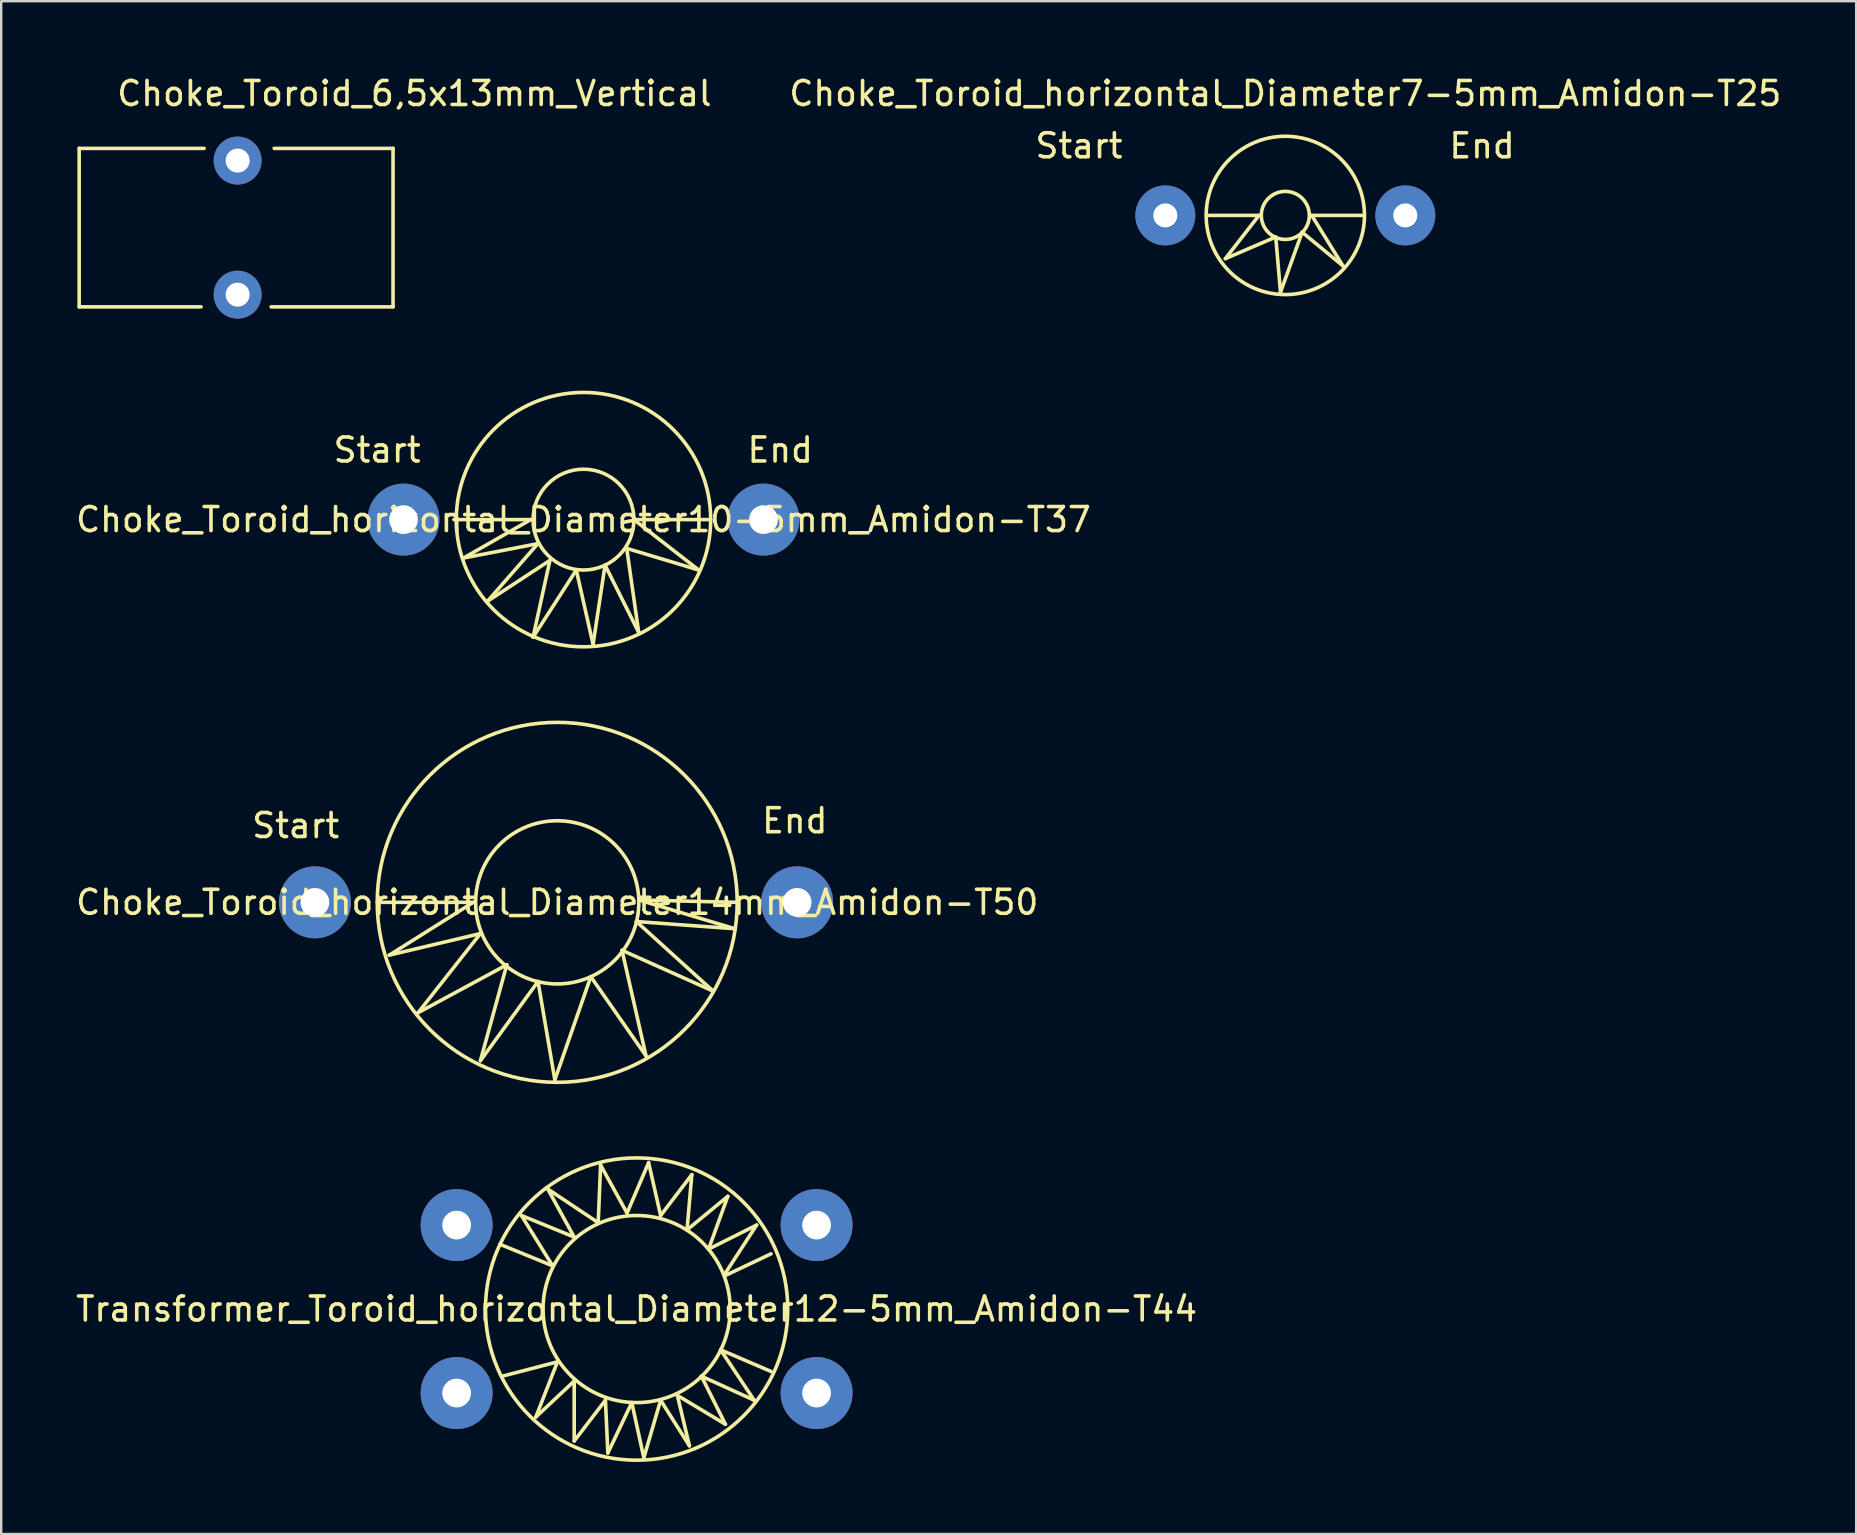
<source format=kicad_pcb>
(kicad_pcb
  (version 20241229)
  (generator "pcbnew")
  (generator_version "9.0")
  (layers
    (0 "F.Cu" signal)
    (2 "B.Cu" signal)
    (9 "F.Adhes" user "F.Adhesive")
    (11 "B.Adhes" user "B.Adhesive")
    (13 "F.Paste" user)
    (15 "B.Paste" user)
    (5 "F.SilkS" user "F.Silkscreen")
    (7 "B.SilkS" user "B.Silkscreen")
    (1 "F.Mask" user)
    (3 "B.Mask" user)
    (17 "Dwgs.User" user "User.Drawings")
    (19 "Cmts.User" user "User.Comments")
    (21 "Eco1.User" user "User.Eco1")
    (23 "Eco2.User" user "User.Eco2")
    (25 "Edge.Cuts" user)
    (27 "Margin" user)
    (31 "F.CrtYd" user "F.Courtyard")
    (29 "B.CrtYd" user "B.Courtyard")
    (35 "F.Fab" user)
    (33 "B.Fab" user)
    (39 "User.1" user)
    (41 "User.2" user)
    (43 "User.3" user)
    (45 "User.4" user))
  (footprint "Choke_Toroid_horizontal_Diameter14mm_Amidon-T50"
    (layer "F.Cu")
    (at 20.173 34.557)
    (property "Reference" "Choke_Toroid_horizontal_Diameter14mm_Amidon-T50" (at 0 0 0) (layer "F.SilkS") (effects (font (size 1 1) (thickness 0.15))))
    (attr through_hole)
    (fp_line (start -7.501 0) (end -3.5 0) (stroke (width 0.15) (type solid)) (layer "F.SilkS"))
    (fp_line (start -7 2.2) (end -3.2 1.3) (stroke (width 0.15) (type solid)) (layer "F.SilkS"))
    (fp_line (start -5.799 4.6) (end -2.101 2.601) (stroke (width 0.15) (type solid)) (layer "F.SilkS"))
    (fp_line (start -3.5 0) (end -7 2.2) (stroke (width 0.15) (type solid)) (layer "F.SilkS"))
    (fp_line (start -3.2 1.3) (end -5.799 4.6) (stroke (width 0.15) (type solid)) (layer "F.SilkS"))
    (fp_line (start -3.2 6.599) (end -0.8 3.299) (stroke (width 0.15) (type solid)) (layer "F.SilkS"))
    (fp_line (start -2.101 2.601) (end -3.2 6.599) (stroke (width 0.15) (type solid)) (layer "F.SilkS"))
    (fp_line (start -0.8 3.299) (end -0.099 7.399) (stroke (width 0.15) (type solid)) (layer "F.SilkS"))
    (fp_line (start -0.099 7.399) (end 1.4 3.099) (stroke (width 0.15) (type solid)) (layer "F.SilkS"))
    (fp_line (start 1.4 3.099) (end 3.701 6.401) (stroke (width 0.15) (type solid)) (layer "F.SilkS"))
    (fp_line (start 2.7 1.999) (end 6.5 3.701) (stroke (width 0.15) (type solid)) (layer "F.SilkS"))
    (fp_line (start 3.299 0.8) (end 7.399 1.1) (stroke (width 0.15) (type solid)) (layer "F.SilkS"))
    (fp_line (start 3.401 -0.099) (end 7.501 0) (stroke (width 0.15) (type solid)) (layer "F.SilkS"))
    (fp_line (start 3.701 6.401) (end 2.7 1.999) (stroke (width 0.15) (type solid)) (layer "F.SilkS"))
    (fp_line (start 6.5 3.701) (end 3.299 0.8) (stroke (width 0.15) (type solid)) (layer "F.SilkS"))
    (fp_line (start 7.399 1.1) (end 3.401 -0.099) (stroke (width 0.15) (type solid)) (layer "F.SilkS"))
    (fp_circle (center 0 0) (end 3.401 0) (stroke (width 0.15) (type solid)) (fill no) (layer "F.SilkS"))
    (fp_circle (center 0 0) (end 7.501 0) (stroke (width 0.15) (type solid)) (fill no) (layer "F.SilkS"))
    (fp_text user "End" (at 9.901 -3.401 0) (layer "F.SilkS") (effects (font (size 1 1) (thickness 0.15))))
    (fp_text user "Start" (at -10.899 -3.2 0) (layer "F.SilkS") (effects (font (size 1 1) (thickness 0.15))))
    (pad "1" thru_hole circle (at -10.099 0) (size 3 3) (drill 1.199) (layers "*.Cu" "*.Mask"))
    (pad "2" thru_hole circle (at 10 0) (size 3 3) (drill 1.199) (layers "*.Cu" "*.Mask")))
  (footprint "Choke_Toroid_horizontal_Diameter7-5mm_Amidon-T25"
    (layer "F.Cu")
    (at 50.518 5.928)
    (property "Reference" "Choke_Toroid_horizontal_Diameter7-5mm_Amidon-T25" (at 0 -5.08 0) (layer "F.SilkS") (effects (font (size 1 1) (thickness 0.15))))
    (attr through_hole)
    (fp_line (start -3.2 0) (end -1.1 0) (stroke (width 0.15) (type solid)) (layer "F.SilkS"))
    (fp_line (start -2.499 1.801) (end -0.399 0.899) (stroke (width 0.15) (type solid)) (layer "F.SilkS"))
    (fp_line (start -1.1 0) (end -2.499 1.801) (stroke (width 0.15) (type solid)) (layer "F.SilkS"))
    (fp_line (start -0.399 0.899) (end -0.201 3.2) (stroke (width 0.15) (type solid)) (layer "F.SilkS"))
    (fp_line (start -0.201 3.2) (end 0.701 0.701) (stroke (width 0.15) (type solid)) (layer "F.SilkS"))
    (fp_line (start 0.701 0.701) (end 2.4 2.101) (stroke (width 0.15) (type solid)) (layer "F.SilkS"))
    (fp_line (start 1.1 0) (end 3.2 0) (stroke (width 0.15) (type solid)) (layer "F.SilkS"))
    (fp_line (start 2.4 2.101) (end 1.1 0) (stroke (width 0.15) (type solid)) (layer "F.SilkS"))
    (fp_circle (center 0 0) (end 1.001 0) (stroke (width 0.15) (type solid)) (fill no) (layer "F.SilkS"))
    (fp_circle (center 0 0) (end 3.299 0) (stroke (width 0.15) (type solid)) (fill no) (layer "F.SilkS"))
    (fp_text user "End" (at 8.199 -2.901 0) (layer "F.SilkS") (effects (font (size 1 1) (thickness 0.15))))
    (fp_text user "Start" (at -8.6 -2.901 0) (layer "F.SilkS") (effects (font (size 1 1) (thickness 0.15))))
    (pad "1" thru_hole circle (at -5.001 0) (size 2.499 2.499) (drill 1.001) (layers "*.Cu" "*.Mask"))
    (pad "2" thru_hole circle (at 5.001 0) (size 2.499 2.499) (drill 1.001) (layers "*.Cu" "*.Mask")))
  (footprint "Choke_Toroid_horizontal_Diameter10-5mm_Amidon-T37"
    (layer "F.Cu")
    (at 21.268 18.606)
    (property "Reference" "Choke_Toroid_horizontal_Diameter10-5mm_Amidon-T37" (at 0 0 0) (layer "F.SilkS") (effects (font (size 1 1) (thickness 0.15))))
    (attr through_hole)
    (fp_line (start -5.4 0) (end -2.2 0) (stroke (width 0.15) (type solid)) (layer "F.SilkS"))
    (fp_line (start -5.001 1.6) (end -1.9 1.001) (stroke (width 0.15) (type solid)) (layer "F.SilkS"))
    (fp_line (start -4 3.401) (end -1.4 1.699) (stroke (width 0.15) (type solid)) (layer "F.SilkS"))
    (fp_line (start -2.2 0) (end -5.001 1.6) (stroke (width 0.15) (type solid)) (layer "F.SilkS"))
    (fp_line (start -2.101 4.9) (end -0.3 2.101) (stroke (width 0.15) (type solid)) (layer "F.SilkS"))
    (fp_line (start -1.9 1.001) (end -4 3.401) (stroke (width 0.15) (type solid)) (layer "F.SilkS"))
    (fp_line (start -1.4 1.699) (end -2.101 4.9) (stroke (width 0.15) (type solid)) (layer "F.SilkS"))
    (fp_line (start -0.3 2.101) (end 0.399 5.199) (stroke (width 0.15) (type solid)) (layer "F.SilkS"))
    (fp_line (start 0.399 5.199) (end 0.899 1.9) (stroke (width 0.15) (type solid)) (layer "F.SilkS"))
    (fp_line (start 0.899 1.9) (end 2.301 4.699) (stroke (width 0.15) (type solid)) (layer "F.SilkS"))
    (fp_line (start 1.801 1.199) (end 4.801 2.101) (stroke (width 0.15) (type solid)) (layer "F.SilkS"))
    (fp_line (start 2.101 0) (end 5.301 0) (stroke (width 0.15) (type solid)) (layer "F.SilkS"))
    (fp_line (start 2.301 4.699) (end 1.801 1.199) (stroke (width 0.15) (type solid)) (layer "F.SilkS"))
    (fp_line (start 4.801 2.101) (end 2.101 0) (stroke (width 0.15) (type solid)) (layer "F.SilkS"))
    (fp_circle (center 0 0) (end 2.101 0) (stroke (width 0.15) (type solid)) (fill no) (layer "F.SilkS"))
    (fp_circle (center 0 0) (end 5.301 0) (stroke (width 0.15) (type solid)) (fill no) (layer "F.SilkS"))
    (fp_text user "Start" (at -8.6 -2.901 0) (layer "F.SilkS") (effects (font (size 1 1) (thickness 0.15))))
    (fp_text user "End" (at 8.199 -2.901 0) (layer "F.SilkS") (effects (font (size 1 1) (thickness 0.15))))
    (pad "1" thru_hole circle (at -7.501 0) (size 3 3) (drill 1.199) (layers "*.Cu" "*.Mask"))
    (pad "2" thru_hole circle (at 7.501 0) (size 3 3) (drill 1.199) (layers "*.Cu" "*.Mask")))
  (footprint "Choke_Toroid_6,5x13mm_Vertical"
    (layer "F.Cu")
    (at 0.25 9.738)
    (property "Reference" "Choke_Toroid_6,5x13mm_Vertical" (at 13.97 -8.89 0) (layer "F.SilkS") (effects (font (size 1 1) (thickness 0.15))))
    (attr through_hole)
    (fp_line (start 0 -6.604) (end 0 0) (stroke (width 0.15) (type solid)) (layer "F.SilkS"))
    (fp_line (start 0 -6.604) (end 5.207 -6.604) (stroke (width 0.15) (type solid)) (layer "F.SilkS"))
    (fp_line (start 0 0) (end 5.08 0) (stroke (width 0.15) (type solid)) (layer "F.SilkS"))
    (fp_line (start 13.081 -6.604) (end 8.128 -6.604) (stroke (width 0.15) (type solid)) (layer "F.SilkS"))
    (fp_line (start 13.081 0) (end 8.001 0) (stroke (width 0.15) (type solid)) (layer "F.SilkS"))
    (fp_line (start 13.081 0) (end 13.081 -6.604) (stroke (width 0.15) (type solid)) (layer "F.SilkS"))
    (pad "1" thru_hole circle (at 6.604 -0.508) (size 1.999 1.999) (drill 1.001) (layers "*.Cu" "*.Mask"))
    (pad "2" thru_hole circle (at 6.604 -6.096) (size 1.999 1.999) (drill 1.001) (layers "*.Cu" "*.Mask")))
  (footprint "Transformer_Toroid_horizontal_Diameter12-5mm_Amidon-T44"
    (layer "F.Cu")
    (at 23.482 51.507)
    (property "Reference" "Transformer_Toroid_horizontal_Diameter12-5mm_Amidon-T44" (at 0 0 0) (layer "F.SilkS") (effects (font (size 1 1) (thickness 0.15))))
    (attr through_hole)
    (fp_line (start -5.7 -2.7) (end -3.5 -1.801) (stroke (width 0.15) (type solid)) (layer "F.SilkS"))
    (fp_line (start -5.601 2.799) (end -3.299 2.2) (stroke (width 0.15) (type solid)) (layer "F.SilkS"))
    (fp_line (start -4.801 -3.899) (end -2.601 -3) (stroke (width 0.15) (type solid)) (layer "F.SilkS"))
    (fp_line (start -4.201 4.501) (end -2.601 3) (stroke (width 0.15) (type solid)) (layer "F.SilkS"))
    (fp_line (start -3.701 -5.001) (end -1.6 -3.599) (stroke (width 0.15) (type solid)) (layer "F.SilkS"))
    (fp_line (start -3.5 -1.801) (end -4.801 -3.899) (stroke (width 0.15) (type solid)) (layer "F.SilkS"))
    (fp_line (start -3.299 2.2) (end -4.201 4.501) (stroke (width 0.15) (type solid)) (layer "F.SilkS"))
    (fp_line (start -2.601 -3) (end -3.701 -5.001) (stroke (width 0.15) (type solid)) (layer "F.SilkS"))
    (fp_line (start -2.601 3) (end -2.601 5.499) (stroke (width 0.15) (type solid)) (layer "F.SilkS"))
    (fp_line (start -2.601 5.499) (end -1.3 3.8) (stroke (width 0.15) (type solid)) (layer "F.SilkS"))
    (fp_line (start -1.6 -3.599) (end -1.501 -5.999) (stroke (width 0.15) (type solid)) (layer "F.SilkS"))
    (fp_line (start -1.501 -5.999) (end -0.399 -4) (stroke (width 0.15) (type solid)) (layer "F.SilkS"))
    (fp_line (start -1.3 3.8) (end -1.199 5.999) (stroke (width 0.15) (type solid)) (layer "F.SilkS"))
    (fp_line (start -1.199 5.999) (end -0.201 3.899) (stroke (width 0.15) (type solid)) (layer "F.SilkS"))
    (fp_line (start -0.399 -4) (end 0.5 -6.101) (stroke (width 0.15) (type solid)) (layer "F.SilkS"))
    (fp_line (start -0.201 3.899) (end 0.3 6.2) (stroke (width 0.15) (type solid)) (layer "F.SilkS"))
    (fp_line (start 0.3 6.2) (end 1.001 3.8) (stroke (width 0.15) (type solid)) (layer "F.SilkS"))
    (fp_line (start 0.5 -6.101) (end 1.001 -3.899) (stroke (width 0.15) (type solid)) (layer "F.SilkS"))
    (fp_line (start 1.001 -3.899) (end 2.301 -5.601) (stroke (width 0.15) (type solid)) (layer "F.SilkS"))
    (fp_line (start 1.001 3.8) (end 2.2 5.7) (stroke (width 0.15) (type solid)) (layer "F.SilkS"))
    (fp_line (start 1.699 3.599) (end 3.701 4.801) (stroke (width 0.15) (type solid)) (layer "F.SilkS"))
    (fp_line (start 2.101 -3.299) (end 3.8 -4.699) (stroke (width 0.15) (type solid)) (layer "F.SilkS"))
    (fp_line (start 2.2 5.7) (end 1.699 3.599) (stroke (width 0.15) (type solid)) (layer "F.SilkS"))
    (fp_line (start 2.301 -5.601) (end 2.101 -3.299) (stroke (width 0.15) (type solid)) (layer "F.SilkS"))
    (fp_line (start 2.7 2.799) (end 4.9 3.8) (stroke (width 0.15) (type solid)) (layer "F.SilkS"))
    (fp_line (start 3 -2.499) (end 5.001 -3.5) (stroke (width 0.15) (type solid)) (layer "F.SilkS"))
    (fp_line (start 3.5 1.699) (end 5.601 2.601) (stroke (width 0.15) (type solid)) (layer "F.SilkS"))
    (fp_line (start 3.701 -1.4) (end 5.601 -2.301) (stroke (width 0.15) (type solid)) (layer "F.SilkS"))
    (fp_line (start 3.701 4.801) (end 2.7 2.799) (stroke (width 0.15) (type solid)) (layer "F.SilkS"))
    (fp_line (start 3.8 -4.699) (end 3 -2.499) (stroke (width 0.15) (type solid)) (layer "F.SilkS"))
    (fp_line (start 4.9 3.8) (end 3.5 1.699) (stroke (width 0.15) (type solid)) (layer "F.SilkS"))
    (fp_line (start 5.001 -3.5) (end 3.701 -1.501) (stroke (width 0.15) (type solid)) (layer "F.SilkS"))
    (fp_circle (center 0 0) (end 3.899 0) (stroke (width 0.15) (type solid)) (fill no) (layer "F.SilkS"))
    (fp_circle (center 0 0) (end 6.299 0) (stroke (width 0.15) (type solid)) (fill no) (layer "F.SilkS"))
    (pad "1" thru_hole circle (at -7.501 3.5) (size 3 3) (drill 1.199) (layers "*.Cu" "*.Mask"))
    (pad "2" thru_hole circle (at 7.501 3.5) (size 3 3) (drill 1.199) (layers "*.Cu" "*.Mask"))
    (pad "3" thru_hole circle (at -7.501 -3.5) (size 3 3) (drill 1.199) (layers "*.Cu" "*.Mask"))
    (pad "4" thru_hole circle (at 7.501 -3.5) (size 3 3) (drill 1.199) (layers "*.Cu" "*.Mask")))
  (gr_rect
    (start -3 -3)
    (end 74.309 60.881)
    (stroke (width 0.1) (type default))
    (fill no)
    (layer "Edge.Cuts")))
</source>
